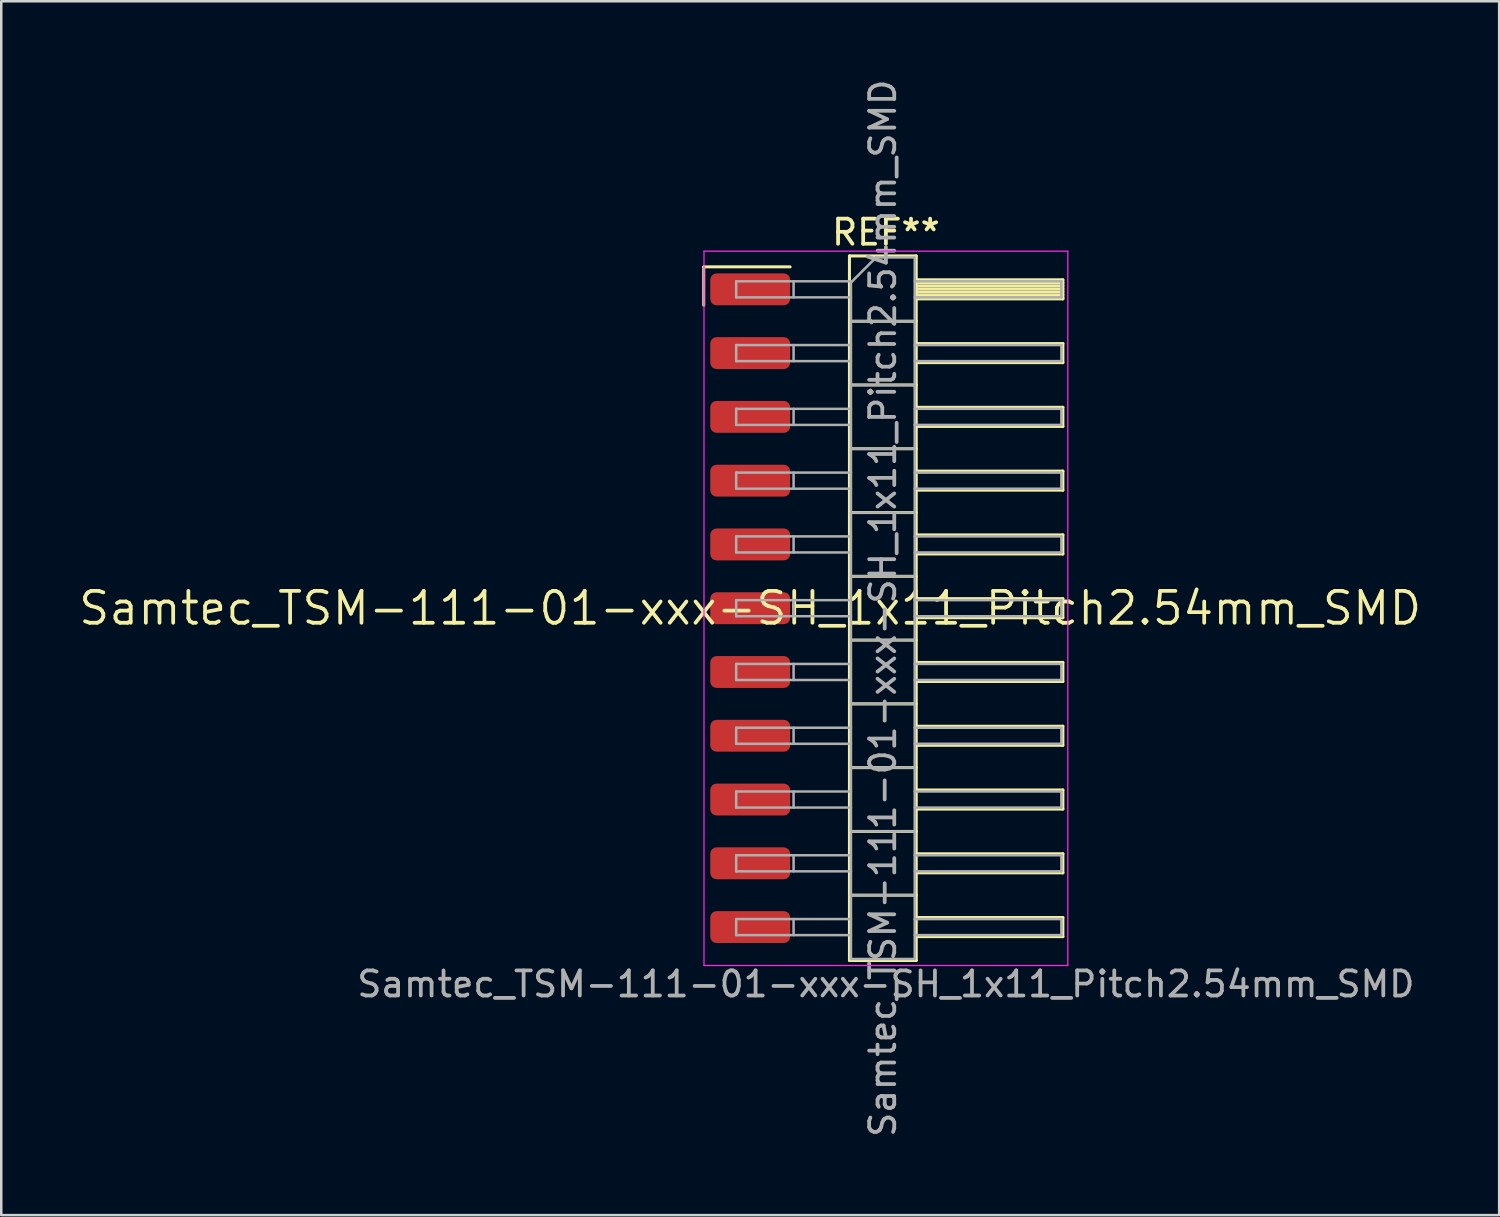
<source format=kicad_pcb>
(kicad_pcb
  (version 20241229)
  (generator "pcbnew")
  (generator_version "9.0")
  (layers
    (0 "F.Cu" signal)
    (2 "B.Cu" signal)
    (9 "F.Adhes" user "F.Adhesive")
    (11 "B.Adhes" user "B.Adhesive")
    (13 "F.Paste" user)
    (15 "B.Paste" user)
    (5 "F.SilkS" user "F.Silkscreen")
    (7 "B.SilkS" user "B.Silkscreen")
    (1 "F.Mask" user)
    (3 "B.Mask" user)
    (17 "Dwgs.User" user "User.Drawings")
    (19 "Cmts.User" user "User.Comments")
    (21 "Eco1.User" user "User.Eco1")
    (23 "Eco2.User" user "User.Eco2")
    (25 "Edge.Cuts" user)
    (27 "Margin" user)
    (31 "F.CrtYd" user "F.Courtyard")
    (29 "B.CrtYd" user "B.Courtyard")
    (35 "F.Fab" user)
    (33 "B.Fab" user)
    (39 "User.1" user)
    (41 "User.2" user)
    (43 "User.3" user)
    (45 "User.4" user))
  (footprint "Samtec_TSM-111-01-xxx-SH_1x11_Pitch2.54mm_SMD"
    (layer "F.Cu")
    (at 26.828 21.173)
    (property "Reference" "Samtec_TSM-111-01-xxx-SH_1x11_Pitch2.54mm_SMD" (at 0 0 0) (layer "F.SilkS") (effects (font (size 1.27 1.27) (thickness 0.15))))
    (attr smd)
    (fp_line (start -1.85 -13.595) (end 1.59 -13.595) (stroke (width 0.12) (type solid)) (layer "F.SilkS"))
    (fp_line (start -1.85 -12.065) (end -1.85 -13.595) (stroke (width 0.12) (type solid)) (layer "F.SilkS"))
    (fp_line (start 3.953 -14.03) (end 6.613 -14.03) (stroke (width 0.12) (type solid)) (layer "F.SilkS"))
    (fp_line (start 3.953 -11.43) (end 6.613 -11.43) (stroke (width 0.12) (type solid)) (layer "F.SilkS"))
    (fp_line (start 3.953 -8.89) (end 6.613 -8.89) (stroke (width 0.12) (type solid)) (layer "F.SilkS"))
    (fp_line (start 3.953 -6.35) (end 6.613 -6.35) (stroke (width 0.12) (type solid)) (layer "F.SilkS"))
    (fp_line (start 3.953 -3.81) (end 6.613 -3.81) (stroke (width 0.12) (type solid)) (layer "F.SilkS"))
    (fp_line (start 3.953 -1.27) (end 6.613 -1.27) (stroke (width 0.12) (type solid)) (layer "F.SilkS"))
    (fp_line (start 3.953 1.27) (end 6.613 1.27) (stroke (width 0.12) (type solid)) (layer "F.SilkS"))
    (fp_line (start 3.953 3.81) (end 6.613 3.81) (stroke (width 0.12) (type solid)) (layer "F.SilkS"))
    (fp_line (start 3.953 6.35) (end 6.613 6.35) (stroke (width 0.12) (type solid)) (layer "F.SilkS"))
    (fp_line (start 3.953 8.89) (end 6.613 8.89) (stroke (width 0.12) (type solid)) (layer "F.SilkS"))
    (fp_line (start 3.953 11.43) (end 6.613 11.43) (stroke (width 0.12) (type solid)) (layer "F.SilkS"))
    (fp_line (start 3.953 14.03) (end 3.953 -14.03) (stroke (width 0.12) (type solid)) (layer "F.SilkS"))
    (fp_line (start 6.613 -14.03) (end 6.613 14.03) (stroke (width 0.12) (type solid)) (layer "F.SilkS"))
    (fp_line (start 6.613 -13.08) (end 12.453 -13.08) (stroke (width 0.12) (type solid)) (layer "F.SilkS"))
    (fp_line (start 6.613 -12.96) (end 12.453 -12.96) (stroke (width 0.12) (type solid)) (layer "F.SilkS"))
    (fp_line (start 6.613 -12.84) (end 12.453 -12.84) (stroke (width 0.12) (type solid)) (layer "F.SilkS"))
    (fp_line (start 6.613 -12.72) (end 12.453 -12.72) (stroke (width 0.12) (type solid)) (layer "F.SilkS"))
    (fp_line (start 6.613 -12.6) (end 12.453 -12.6) (stroke (width 0.12) (type solid)) (layer "F.SilkS"))
    (fp_line (start 6.613 -12.48) (end 12.453 -12.48) (stroke (width 0.12) (type solid)) (layer "F.SilkS"))
    (fp_line (start 6.613 -12.36) (end 12.453 -12.36) (stroke (width 0.12) (type solid)) (layer "F.SilkS"))
    (fp_line (start 6.613 -12.32) (end 12.453 -12.32) (stroke (width 0.12) (type solid)) (layer "F.SilkS"))
    (fp_line (start 6.613 -10.54) (end 12.453 -10.54) (stroke (width 0.12) (type solid)) (layer "F.SilkS"))
    (fp_line (start 6.613 -9.78) (end 12.453 -9.78) (stroke (width 0.12) (type solid)) (layer "F.SilkS"))
    (fp_line (start 6.613 -8) (end 12.453 -8) (stroke (width 0.12) (type solid)) (layer "F.SilkS"))
    (fp_line (start 6.613 -7.24) (end 12.453 -7.24) (stroke (width 0.12) (type solid)) (layer "F.SilkS"))
    (fp_line (start 6.613 -5.46) (end 12.453 -5.46) (stroke (width 0.12) (type solid)) (layer "F.SilkS"))
    (fp_line (start 6.613 -4.7) (end 12.453 -4.7) (stroke (width 0.12) (type solid)) (layer "F.SilkS"))
    (fp_line (start 6.613 -2.92) (end 12.453 -2.92) (stroke (width 0.12) (type solid)) (layer "F.SilkS"))
    (fp_line (start 6.613 -2.16) (end 12.453 -2.16) (stroke (width 0.12) (type solid)) (layer "F.SilkS"))
    (fp_line (start 6.613 -0.38) (end 12.453 -0.38) (stroke (width 0.12) (type solid)) (layer "F.SilkS"))
    (fp_line (start 6.613 0.38) (end 12.453 0.38) (stroke (width 0.12) (type solid)) (layer "F.SilkS"))
    (fp_line (start 6.613 2.16) (end 12.453 2.16) (stroke (width 0.12) (type solid)) (layer "F.SilkS"))
    (fp_line (start 6.613 2.92) (end 12.453 2.92) (stroke (width 0.12) (type solid)) (layer "F.SilkS"))
    (fp_line (start 6.613 4.7) (end 12.453 4.7) (stroke (width 0.12) (type solid)) (layer "F.SilkS"))
    (fp_line (start 6.613 5.46) (end 12.453 5.46) (stroke (width 0.12) (type solid)) (layer "F.SilkS"))
    (fp_line (start 6.613 7.24) (end 12.453 7.24) (stroke (width 0.12) (type solid)) (layer "F.SilkS"))
    (fp_line (start 6.613 8) (end 12.453 8) (stroke (width 0.12) (type solid)) (layer "F.SilkS"))
    (fp_line (start 6.613 9.78) (end 12.453 9.78) (stroke (width 0.12) (type solid)) (layer "F.SilkS"))
    (fp_line (start 6.613 10.54) (end 12.453 10.54) (stroke (width 0.12) (type solid)) (layer "F.SilkS"))
    (fp_line (start 6.613 12.32) (end 12.453 12.32) (stroke (width 0.12) (type solid)) (layer "F.SilkS"))
    (fp_line (start 6.613 13.08) (end 12.453 13.08) (stroke (width 0.12) (type solid)) (layer "F.SilkS"))
    (fp_line (start 6.613 14.03) (end 3.953 14.03) (stroke (width 0.12) (type solid)) (layer "F.SilkS"))
    (fp_line (start 12.453 -13.08) (end 12.453 -12.32) (stroke (width 0.12) (type solid)) (layer "F.SilkS"))
    (fp_line (start 12.453 -10.54) (end 12.453 -9.78) (stroke (width 0.12) (type solid)) (layer "F.SilkS"))
    (fp_line (start 12.453 -8) (end 12.453 -7.24) (stroke (width 0.12) (type solid)) (layer "F.SilkS"))
    (fp_line (start 12.453 -5.46) (end 12.453 -4.7) (stroke (width 0.12) (type solid)) (layer "F.SilkS"))
    (fp_line (start 12.453 -2.92) (end 12.453 -2.16) (stroke (width 0.12) (type solid)) (layer "F.SilkS"))
    (fp_line (start 12.453 -0.38) (end 12.453 0.38) (stroke (width 0.12) (type solid)) (layer "F.SilkS"))
    (fp_line (start 12.453 2.16) (end 12.453 2.92) (stroke (width 0.12) (type solid)) (layer "F.SilkS"))
    (fp_line (start 12.453 4.7) (end 12.453 5.46) (stroke (width 0.12) (type solid)) (layer "F.SilkS"))
    (fp_line (start 12.453 7.24) (end 12.453 8) (stroke (width 0.12) (type solid)) (layer "F.SilkS"))
    (fp_line (start 12.453 9.78) (end 12.453 10.54) (stroke (width 0.12) (type solid)) (layer "F.SilkS"))
    (fp_line (start 12.453 12.32) (end 12.453 13.08) (stroke (width 0.12) (type solid)) (layer "F.SilkS"))
    (fp_line (start -1.84 -14.22) (end 12.65 -14.22) (stroke (width 0.05) (type solid)) (layer "F.CrtYd"))
    (fp_line (start -1.84 14.23) (end -1.84 -14.22) (stroke (width 0.05) (type solid)) (layer "F.CrtYd"))
    (fp_line (start 12.65 -14.22) (end 12.65 14.23) (stroke (width 0.05) (type solid)) (layer "F.CrtYd"))
    (fp_line (start 12.65 14.23) (end -1.84 14.23) (stroke (width 0.05) (type solid)) (layer "F.CrtYd"))
    (fp_line (start -0.557 -13.02) (end -0.557 -12.38) (stroke (width 0.1) (type solid)) (layer "F.Fab"))
    (fp_line (start -0.557 -13.02) (end 4.013 -13.02) (stroke (width 0.1) (type solid)) (layer "F.Fab"))
    (fp_line (start -0.557 -12.38) (end 4.013 -12.38) (stroke (width 0.1) (type solid)) (layer "F.Fab"))
    (fp_line (start -0.557 -10.48) (end -0.557 -9.84) (stroke (width 0.1) (type solid)) (layer "F.Fab"))
    (fp_line (start -0.557 -10.48) (end 4.013 -10.48) (stroke (width 0.1) (type solid)) (layer "F.Fab"))
    (fp_line (start -0.557 -9.84) (end 4.013 -9.84) (stroke (width 0.1) (type solid)) (layer "F.Fab"))
    (fp_line (start -0.557 -7.94) (end -0.557 -7.3) (stroke (width 0.1) (type solid)) (layer "F.Fab"))
    (fp_line (start -0.557 -7.94) (end 4.013 -7.94) (stroke (width 0.1) (type solid)) (layer "F.Fab"))
    (fp_line (start -0.557 -7.3) (end 4.013 -7.3) (stroke (width 0.1) (type solid)) (layer "F.Fab"))
    (fp_line (start -0.557 -5.4) (end -0.557 -4.76) (stroke (width 0.1) (type solid)) (layer "F.Fab"))
    (fp_line (start -0.557 -5.4) (end 4.013 -5.4) (stroke (width 0.1) (type solid)) (layer "F.Fab"))
    (fp_line (start -0.557 -4.76) (end 4.013 -4.76) (stroke (width 0.1) (type solid)) (layer "F.Fab"))
    (fp_line (start -0.557 -2.86) (end -0.557 -2.22) (stroke (width 0.1) (type solid)) (layer "F.Fab"))
    (fp_line (start -0.557 -2.86) (end 4.013 -2.86) (stroke (width 0.1) (type solid)) (layer "F.Fab"))
    (fp_line (start -0.557 -2.22) (end 4.013 -2.22) (stroke (width 0.1) (type solid)) (layer "F.Fab"))
    (fp_line (start -0.557 -0.32) (end -0.557 0.32) (stroke (width 0.1) (type solid)) (layer "F.Fab"))
    (fp_line (start -0.557 -0.32) (end 4.013 -0.32) (stroke (width 0.1) (type solid)) (layer "F.Fab"))
    (fp_line (start -0.557 0.32) (end 4.013 0.32) (stroke (width 0.1) (type solid)) (layer "F.Fab"))
    (fp_line (start -0.557 2.22) (end -0.557 2.86) (stroke (width 0.1) (type solid)) (layer "F.Fab"))
    (fp_line (start -0.557 2.22) (end 4.013 2.22) (stroke (width 0.1) (type solid)) (layer "F.Fab"))
    (fp_line (start -0.557 2.86) (end 4.013 2.86) (stroke (width 0.1) (type solid)) (layer "F.Fab"))
    (fp_line (start -0.557 4.76) (end -0.557 5.4) (stroke (width 0.1) (type solid)) (layer "F.Fab"))
    (fp_line (start -0.557 4.76) (end 4.013 4.76) (stroke (width 0.1) (type solid)) (layer "F.Fab"))
    (fp_line (start -0.557 5.4) (end 4.013 5.4) (stroke (width 0.1) (type solid)) (layer "F.Fab"))
    (fp_line (start -0.557 7.3) (end -0.557 7.94) (stroke (width 0.1) (type solid)) (layer "F.Fab"))
    (fp_line (start -0.557 7.3) (end 4.013 7.3) (stroke (width 0.1) (type solid)) (layer "F.Fab"))
    (fp_line (start -0.557 7.94) (end 4.013 7.94) (stroke (width 0.1) (type solid)) (layer "F.Fab"))
    (fp_line (start -0.557 9.84) (end -0.557 10.48) (stroke (width 0.1) (type solid)) (layer "F.Fab"))
    (fp_line (start -0.557 9.84) (end 4.013 9.84) (stroke (width 0.1) (type solid)) (layer "F.Fab"))
    (fp_line (start -0.557 10.48) (end 4.013 10.48) (stroke (width 0.1) (type solid)) (layer "F.Fab"))
    (fp_line (start -0.557 12.38) (end -0.557 13.02) (stroke (width 0.1) (type solid)) (layer "F.Fab"))
    (fp_line (start -0.557 12.38) (end 4.013 12.38) (stroke (width 0.1) (type solid)) (layer "F.Fab"))
    (fp_line (start -0.557 13.02) (end 4.013 13.02) (stroke (width 0.1) (type solid)) (layer "F.Fab"))
    (fp_line (start 1.728 -13.02) (end 1.728 -12.38) (stroke (width 0.1) (type solid)) (layer "F.Fab"))
    (fp_line (start 1.728 -10.48) (end 1.728 -9.84) (stroke (width 0.1) (type solid)) (layer "F.Fab"))
    (fp_line (start 1.728 -7.94) (end 1.728 -7.3) (stroke (width 0.1) (type solid)) (layer "F.Fab"))
    (fp_line (start 1.728 -5.4) (end 1.728 -4.76) (stroke (width 0.1) (type solid)) (layer "F.Fab"))
    (fp_line (start 1.728 -2.86) (end 1.728 -2.22) (stroke (width 0.1) (type solid)) (layer "F.Fab"))
    (fp_line (start 1.728 -0.32) (end 1.728 0.32) (stroke (width 0.1) (type solid)) (layer "F.Fab"))
    (fp_line (start 1.728 2.22) (end 1.728 2.86) (stroke (width 0.1) (type solid)) (layer "F.Fab"))
    (fp_line (start 1.728 4.76) (end 1.728 5.4) (stroke (width 0.1) (type solid)) (layer "F.Fab"))
    (fp_line (start 1.728 7.3) (end 1.728 7.94) (stroke (width 0.1) (type solid)) (layer "F.Fab"))
    (fp_line (start 1.728 9.84) (end 1.728 10.48) (stroke (width 0.1) (type solid)) (layer "F.Fab"))
    (fp_line (start 1.728 12.38) (end 1.728 13.02) (stroke (width 0.1) (type solid)) (layer "F.Fab"))
    (fp_line (start 4.013 -12.97) (end 5.013 -13.97) (stroke (width 0.1) (type solid)) (layer "F.Fab"))
    (fp_line (start 4.013 -11.43) (end 6.553 -11.43) (stroke (width 0.1) (type solid)) (layer "F.Fab"))
    (fp_line (start 4.013 -8.89) (end 6.553 -8.89) (stroke (width 0.1) (type solid)) (layer "F.Fab"))
    (fp_line (start 4.013 -6.35) (end 6.553 -6.35) (stroke (width 0.1) (type solid)) (layer "F.Fab"))
    (fp_line (start 4.013 -3.81) (end 6.553 -3.81) (stroke (width 0.1) (type solid)) (layer "F.Fab"))
    (fp_line (start 4.013 -1.27) (end 6.553 -1.27) (stroke (width 0.1) (type solid)) (layer "F.Fab"))
    (fp_line (start 4.013 1.27) (end 6.553 1.27) (stroke (width 0.1) (type solid)) (layer "F.Fab"))
    (fp_line (start 4.013 3.81) (end 6.553 3.81) (stroke (width 0.1) (type solid)) (layer "F.Fab"))
    (fp_line (start 4.013 6.35) (end 6.553 6.35) (stroke (width 0.1) (type solid)) (layer "F.Fab"))
    (fp_line (start 4.013 8.89) (end 6.553 8.89) (stroke (width 0.1) (type solid)) (layer "F.Fab"))
    (fp_line (start 4.013 11.43) (end 6.553 11.43) (stroke (width 0.1) (type solid)) (layer "F.Fab"))
    (fp_line (start 4.013 13.97) (end 4.013 -12.97) (stroke (width 0.1) (type solid)) (layer "F.Fab"))
    (fp_line (start 5.013 -13.97) (end 6.553 -13.97) (stroke (width 0.1) (type solid)) (layer "F.Fab"))
    (fp_line (start 6.553 -13.97) (end 6.553 13.97) (stroke (width 0.1) (type solid)) (layer "F.Fab"))
    (fp_line (start 6.553 -13.02) (end 12.393 -13.02) (stroke (width 0.1) (type solid)) (layer "F.Fab"))
    (fp_line (start 6.553 -12.38) (end 12.393 -12.38) (stroke (width 0.1) (type solid)) (layer "F.Fab"))
    (fp_line (start 6.553 -10.48) (end 12.393 -10.48) (stroke (width 0.1) (type solid)) (layer "F.Fab"))
    (fp_line (start 6.553 -9.84) (end 12.393 -9.84) (stroke (width 0.1) (type solid)) (layer "F.Fab"))
    (fp_line (start 6.553 -7.94) (end 12.393 -7.94) (stroke (width 0.1) (type solid)) (layer "F.Fab"))
    (fp_line (start 6.553 -7.3) (end 12.393 -7.3) (stroke (width 0.1) (type solid)) (layer "F.Fab"))
    (fp_line (start 6.553 -5.4) (end 12.393 -5.4) (stroke (width 0.1) (type solid)) (layer "F.Fab"))
    (fp_line (start 6.553 -4.76) (end 12.393 -4.76) (stroke (width 0.1) (type solid)) (layer "F.Fab"))
    (fp_line (start 6.553 -2.86) (end 12.393 -2.86) (stroke (width 0.1) (type solid)) (layer "F.Fab"))
    (fp_line (start 6.553 -2.22) (end 12.393 -2.22) (stroke (width 0.1) (type solid)) (layer "F.Fab"))
    (fp_line (start 6.553 -0.32) (end 12.393 -0.32) (stroke (width 0.1) (type solid)) (layer "F.Fab"))
    (fp_line (start 6.553 0.32) (end 12.393 0.32) (stroke (width 0.1) (type solid)) (layer "F.Fab"))
    (fp_line (start 6.553 2.22) (end 12.393 2.22) (stroke (width 0.1) (type solid)) (layer "F.Fab"))
    (fp_line (start 6.553 2.86) (end 12.393 2.86) (stroke (width 0.1) (type solid)) (layer "F.Fab"))
    (fp_line (start 6.553 4.76) (end 12.393 4.76) (stroke (width 0.1) (type solid)) (layer "F.Fab"))
    (fp_line (start 6.553 5.4) (end 12.393 5.4) (stroke (width 0.1) (type solid)) (layer "F.Fab"))
    (fp_line (start 6.553 7.3) (end 12.393 7.3) (stroke (width 0.1) (type solid)) (layer "F.Fab"))
    (fp_line (start 6.553 7.94) (end 12.393 7.94) (stroke (width 0.1) (type solid)) (layer "F.Fab"))
    (fp_line (start 6.553 9.84) (end 12.393 9.84) (stroke (width 0.1) (type solid)) (layer "F.Fab"))
    (fp_line (start 6.553 10.48) (end 12.393 10.48) (stroke (width 0.1) (type solid)) (layer "F.Fab"))
    (fp_line (start 6.553 12.38) (end 12.393 12.38) (stroke (width 0.1) (type solid)) (layer "F.Fab"))
    (fp_line (start 6.553 13.02) (end 12.393 13.02) (stroke (width 0.1) (type solid)) (layer "F.Fab"))
    (fp_line (start 6.553 13.97) (end 4.013 13.97) (stroke (width 0.1) (type solid)) (layer "F.Fab"))
    (fp_line (start 12.393 -13.02) (end 12.393 -12.38) (stroke (width 0.1) (type solid)) (layer "F.Fab"))
    (fp_line (start 12.393 -10.48) (end 12.393 -9.84) (stroke (width 0.1) (type solid)) (layer "F.Fab"))
    (fp_line (start 12.393 -7.94) (end 12.393 -7.3) (stroke (width 0.1) (type solid)) (layer "F.Fab"))
    (fp_line (start 12.393 -5.4) (end 12.393 -4.76) (stroke (width 0.1) (type solid)) (layer "F.Fab"))
    (fp_line (start 12.393 -2.86) (end 12.393 -2.22) (stroke (width 0.1) (type solid)) (layer "F.Fab"))
    (fp_line (start 12.393 -0.32) (end 12.393 0.32) (stroke (width 0.1) (type solid)) (layer "F.Fab"))
    (fp_line (start 12.393 2.22) (end 12.393 2.86) (stroke (width 0.1) (type solid)) (layer "F.Fab"))
    (fp_line (start 12.393 4.76) (end 12.393 5.4) (stroke (width 0.1) (type solid)) (layer "F.Fab"))
    (fp_line (start 12.393 7.3) (end 12.393 7.94) (stroke (width 0.1) (type solid)) (layer "F.Fab"))
    (fp_line (start 12.393 9.84) (end 12.393 10.48) (stroke (width 0.1) (type solid)) (layer "F.Fab"))
    (fp_line (start 12.393 12.38) (end 12.393 13.02) (stroke (width 0.1) (type solid)) (layer "F.Fab"))
    (fp_text user "REF**" (at 5.405 -14.97 0) (layer "F.SilkS") (effects (font (size 1 1) (thickness 0.15))))
    (fp_text user "Samtec_TSM-111-01-xxx-SH_1x11_Pitch2.54mm_SMD" (at 5.405 14.97 0) (layer "F.Fab") (effects (font (size 1 1) (thickness 0.15))))
    (fp_text user "${REFERENCE}" (at 5.283 0 90) (layer "F.Fab") (effects (font (size 1 1) (thickness 0.15))))
    (pad "1" smd roundrect (at 0 -12.7) (size 3.18 1.27) (layers "F.Cu" "F.Mask" "F.Paste") (roundrect_rratio 0.197))
    (pad "2" smd roundrect (at 0 -10.16) (size 3.18 1.27) (layers "F.Cu" "F.Mask" "F.Paste") (roundrect_rratio 0.197))
    (pad "3" smd roundrect (at 0 -7.62) (size 3.18 1.27) (layers "F.Cu" "F.Mask" "F.Paste") (roundrect_rratio 0.197))
    (pad "4" smd roundrect (at 0 -5.08) (size 3.18 1.27) (layers "F.Cu" "F.Mask" "F.Paste") (roundrect_rratio 0.197))
    (pad "5" smd roundrect (at 0 -2.54) (size 3.18 1.27) (layers "F.Cu" "F.Mask" "F.Paste") (roundrect_rratio 0.197))
    (pad "6" smd roundrect (at 0 0) (size 3.18 1.27) (layers "F.Cu" "F.Mask" "F.Paste") (roundrect_rratio 0.197))
    (pad "7" smd roundrect (at 0 2.54) (size 3.18 1.27) (layers "F.Cu" "F.Mask" "F.Paste") (roundrect_rratio 0.197))
    (pad "8" smd roundrect (at 0 5.08) (size 3.18 1.27) (layers "F.Cu" "F.Mask" "F.Paste") (roundrect_rratio 0.197))
    (pad "9" smd roundrect (at 0 7.62) (size 3.18 1.27) (layers "F.Cu" "F.Mask" "F.Paste") (roundrect_rratio 0.197))
    (pad "10" smd roundrect (at 0 10.16) (size 3.18 1.27) (layers "F.Cu" "F.Mask" "F.Paste") (roundrect_rratio 0.197))
    (pad "11" smd roundrect (at 0 12.7) (size 3.18 1.27) (layers "F.Cu" "F.Mask" "F.Paste") (roundrect_rratio 0.197)))
  (gr_rect
    (start -3 -3)
    (end 56.657 45.345)
    (stroke (width 0.1) (type default))
    (fill no)
    (layer "Edge.Cuts")))
</source>
